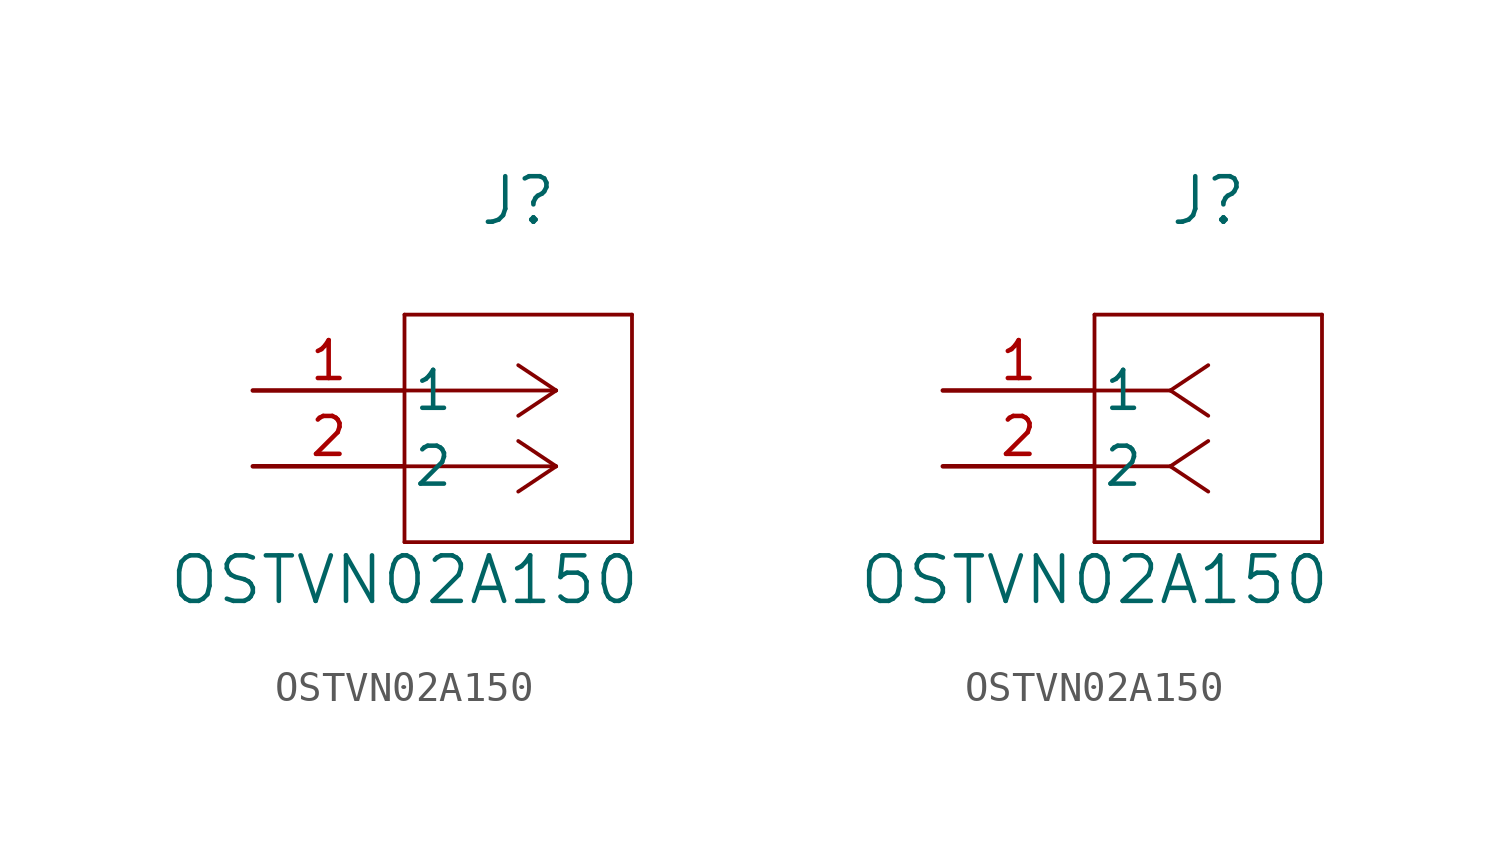
<source format=kicad_sym>
(kicad_symbol_lib
  (version 20220914)
  (generator kicad_symbol_editor)
  (symbol "OSTVN02A150"
    (pin_names
      (offset 0.254))
    (property "Reference" "J"
      (at 8.89 6.35 0)
      (effects (font (size 1.524 1.524))))
    (property "Value" "OSTVN02A150"
      (at 5.08 -6.35 0)
      (effects (font (size 1.524 1.524))))
    (property "ki_locked" ""
      (at 0 0 0)
      (effects (font (size 1.27 1.27))))
    (symbol "OSTVN02A150_1_1"
      (polyline (pts (xy 5.08 -5.08) (xy 12.7 -5.08)) (stroke (width 0.127) (type default)) (fill (type none)))
      (polyline (pts (xy 5.08 2.54) (xy 5.08 -5.08)) (stroke (width 0.127) (type default)) (fill (type none)))
      (polyline (pts (xy 10.16 -2.54) (xy 5.08 -2.54)) (stroke (width 0.127) (type default)) (fill (type none)))
      (polyline (pts (xy 10.16 -2.54) (xy 8.89 -3.387)) (stroke (width 0.127) (type default)) (fill (type none)))
      (polyline (pts (xy 10.16 -2.54) (xy 8.89 -1.693)) (stroke (width 0.127) (type default)) (fill (type none)))
      (polyline (pts (xy 10.16 0) (xy 5.08 0)) (stroke (width 0.127) (type default)) (fill (type none)))
      (polyline (pts (xy 10.16 0) (xy 8.89 -0.847)) (stroke (width 0.127) (type default)) (fill (type none)))
      (polyline (pts (xy 10.16 0) (xy 8.89 0.847)) (stroke (width 0.127) (type default)) (fill (type none)))
      (polyline (pts (xy 12.7 -5.08) (xy 12.7 2.54)) (stroke (width 0.127) (type default)) (fill (type none)))
      (polyline (pts (xy 12.7 2.54) (xy 5.08 2.54)) (stroke (width 0.127) (type default)) (fill (type none)))
      (pin unspecified line (at 0 0 0) (length 5.08) (name "1" (effects (font (size 1.27 1.27)))) (number "1" (effects (font (size 1.27 1.27)))))
      (pin unspecified line (at 0 -2.54 0) (length 5.08) (name "2" (effects (font (size 1.27 1.27)))) (number "2" (effects (font (size 1.27 1.27))))))
    (symbol "OSTVN02A150_1_2"
      (polyline (pts (xy 5.08 -5.08) (xy 12.7 -5.08)) (stroke (width 0.127) (type default)) (fill (type none)))
      (polyline (pts (xy 5.08 2.54) (xy 5.08 -5.08)) (stroke (width 0.127) (type default)) (fill (type none)))
      (polyline (pts (xy 7.62 -2.54) (xy 5.08 -2.54)) (stroke (width 0.127) (type default)) (fill (type none)))
      (polyline (pts (xy 7.62 -2.54) (xy 8.89 -3.387)) (stroke (width 0.127) (type default)) (fill (type none)))
      (polyline (pts (xy 7.62 -2.54) (xy 8.89 -1.693)) (stroke (width 0.127) (type default)) (fill (type none)))
      (polyline (pts (xy 7.62 0) (xy 5.08 0)) (stroke (width 0.127) (type default)) (fill (type none)))
      (polyline (pts (xy 7.62 0) (xy 8.89 -0.847)) (stroke (width 0.127) (type default)) (fill (type none)))
      (polyline (pts (xy 7.62 0) (xy 8.89 0.847)) (stroke (width 0.127) (type default)) (fill (type none)))
      (polyline (pts (xy 12.7 -5.08) (xy 12.7 2.54)) (stroke (width 0.127) (type default)) (fill (type none)))
      (polyline (pts (xy 12.7 2.54) (xy 5.08 2.54)) (stroke (width 0.127) (type default)) (fill (type none)))
      (pin unspecified line (at 0 0 0) (length 5.08) (name "1" (effects (font (size 1.27 1.27)))) (number "1" (effects (font (size 1.27 1.27)))))
      (pin unspecified line (at 0 -2.54 0) (length 5.08) (name "2" (effects (font (size 1.27 1.27)))) (number "2" (effects (font (size 1.27 1.27))))))))
</source>
